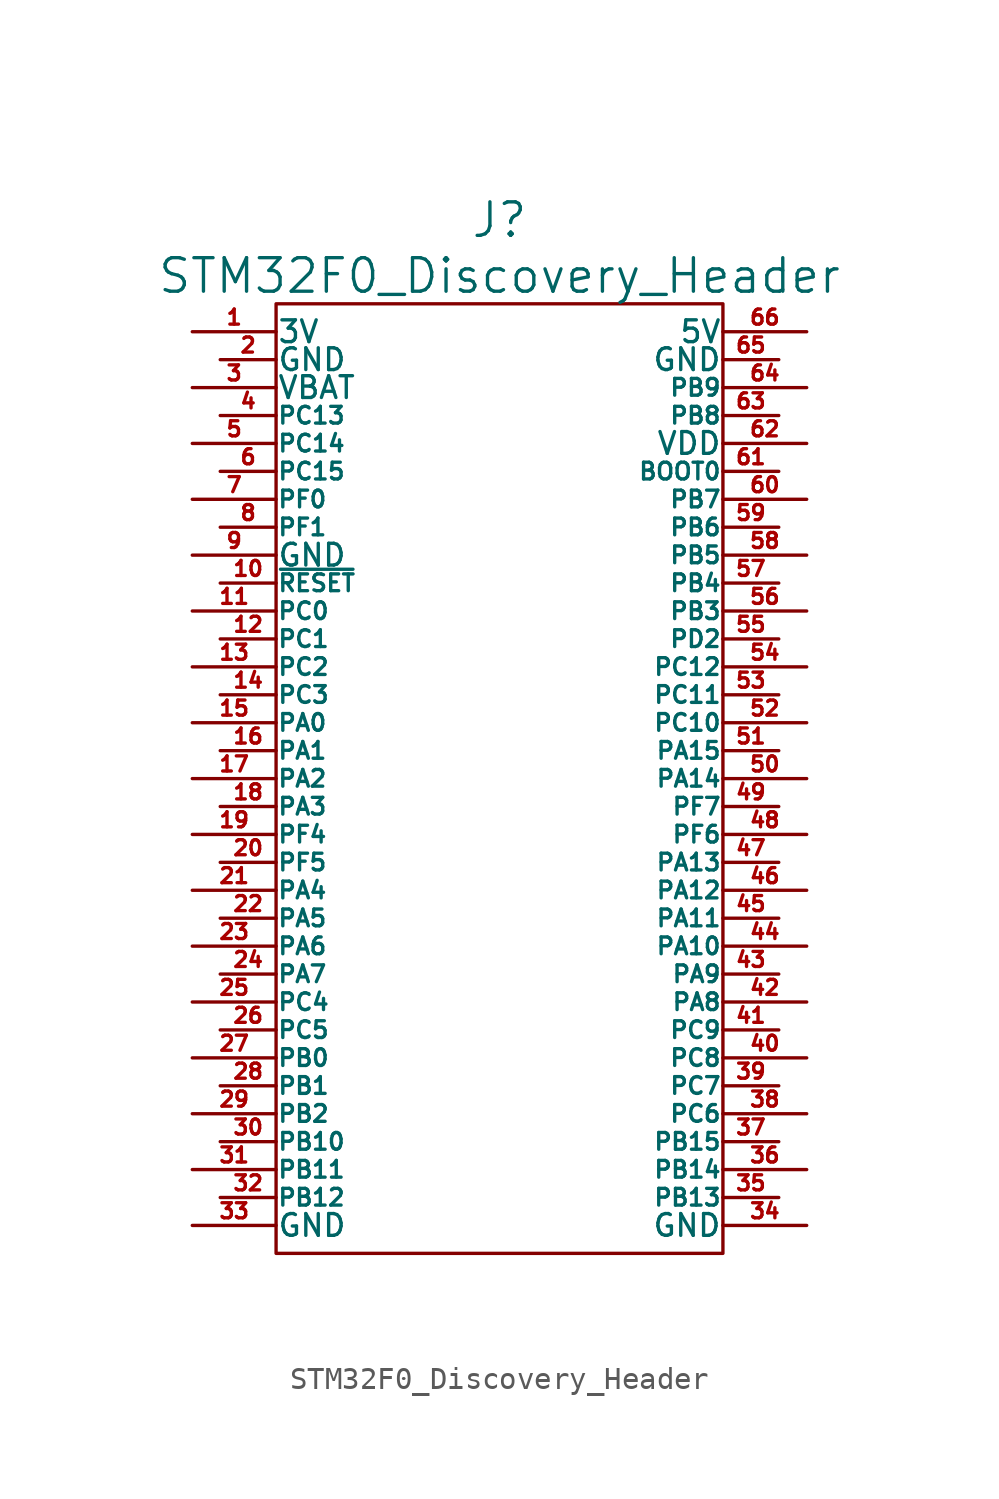
<source format=kicad_sym>
(kicad_symbol_lib
  (version 20220914)
  (generator kicad_symbol_editor)
  (symbol "STM32F0_Discovery_Header"
    (pin_names
      (offset 0.025))
    (property "Reference" "J"
      (at 0 25.4 0)
      (effects (font (size 1.524 1.524))))
    (property "Value" "STM32F0_Discovery_Header"
      (at 0 22.86 0)
      (effects (font (size 1.524 1.524))))
    (property "Footprint" ""
      (at 0 -2.54 0)
      (effects (font (size 1.524 1.524))))
    (property "Datasheet" ""
      (at 0 0 0)
      (effects (font (size 1.524 1.524))))
    (symbol "STM32F0_Discovery_Header_0_1"
      (rectangle (start -10.16 21.59) (end 10.16 -21.59) (stroke (width 0) (type solid)) (fill (type none))))
    (symbol "STM32F0_Discovery_Header_1_1"
      (pin passive line (at -13.97 20.32 0) (length 3.81) (name "3V" (effects (font (size 0.991 0.991)))) (number "1" (effects (font (size 0.686 0.686)))))
      (pin passive line (at -12.7 8.89 0) (length 2.54) (name "~{RESET}" (effects (font (size 0.762 0.762)))) (number "10" (effects (font (size 0.686 0.686)))))
      (pin passive line (at -13.97 7.62 0) (length 3.81) (name "PC0" (effects (font (size 0.762 0.762)))) (number "11" (effects (font (size 0.686 0.686)))))
      (pin passive line (at -12.7 6.35 0) (length 2.54) (name "PC1" (effects (font (size 0.762 0.762)))) (number "12" (effects (font (size 0.686 0.686)))))
      (pin passive line (at -13.97 5.08 0) (length 3.81) (name "PC2" (effects (font (size 0.762 0.762)))) (number "13" (effects (font (size 0.686 0.686)))))
      (pin passive line (at -12.7 3.81 0) (length 2.54) (name "PC3" (effects (font (size 0.762 0.762)))) (number "14" (effects (font (size 0.686 0.686)))))
      (pin passive line (at -13.97 2.54 0) (length 3.81) (name "PA0" (effects (font (size 0.762 0.762)))) (number "15" (effects (font (size 0.686 0.686)))))
      (pin passive line (at -12.7 1.27 0) (length 2.54) (name "PA1" (effects (font (size 0.762 0.762)))) (number "16" (effects (font (size 0.686 0.686)))))
      (pin passive line (at -13.97 0 0) (length 3.81) (name "PA2" (effects (font (size 0.762 0.762)))) (number "17" (effects (font (size 0.686 0.686)))))
      (pin passive line (at -12.7 -1.27 0) (length 2.54) (name "PA3" (effects (font (size 0.762 0.762)))) (number "18" (effects (font (size 0.686 0.686)))))
      (pin passive line (at -13.97 -2.54 0) (length 3.81) (name "PF4" (effects (font (size 0.762 0.762)))) (number "19" (effects (font (size 0.686 0.686)))))
      (pin passive line (at -12.7 19.05 0) (length 2.54) (name "GND" (effects (font (size 0.991 0.991)))) (number "2" (effects (font (size 0.686 0.686)))))
      (pin passive line (at -12.7 -3.81 0) (length 2.54) (name "PF5" (effects (font (size 0.762 0.762)))) (number "20" (effects (font (size 0.686 0.686)))))
      (pin passive line (at -13.97 -5.08 0) (length 3.81) (name "PA4" (effects (font (size 0.762 0.762)))) (number "21" (effects (font (size 0.686 0.686)))))
      (pin passive line (at -12.7 -6.35 0) (length 2.54) (name "PA5" (effects (font (size 0.762 0.762)))) (number "22" (effects (font (size 0.686 0.686)))))
      (pin passive line (at -13.97 -7.62 0) (length 3.81) (name "PA6" (effects (font (size 0.762 0.762)))) (number "23" (effects (font (size 0.686 0.686)))))
      (pin passive line (at -12.7 -8.89 0) (length 2.54) (name "PA7" (effects (font (size 0.762 0.762)))) (number "24" (effects (font (size 0.686 0.686)))))
      (pin passive line (at -13.97 -10.16 0) (length 3.81) (name "PC4" (effects (font (size 0.762 0.762)))) (number "25" (effects (font (size 0.686 0.686)))))
      (pin passive line (at -12.7 -11.43 0) (length 2.54) (name "PC5" (effects (font (size 0.762 0.762)))) (number "26" (effects (font (size 0.686 0.686)))))
      (pin passive line (at -13.97 -12.7 0) (length 3.81) (name "PB0" (effects (font (size 0.762 0.762)))) (number "27" (effects (font (size 0.686 0.686)))))
      (pin passive line (at -12.7 -13.97 0) (length 2.54) (name "PB1" (effects (font (size 0.762 0.762)))) (number "28" (effects (font (size 0.686 0.686)))))
      (pin passive line (at -13.97 -15.24 0) (length 3.81) (name "PB2" (effects (font (size 0.762 0.762)))) (number "29" (effects (font (size 0.686 0.686)))))
      (pin passive line (at -13.97 17.78 0) (length 3.81) (name "VBAT" (effects (font (size 0.991 0.991)))) (number "3" (effects (font (size 0.686 0.686)))))
      (pin passive line (at -12.7 -16.51 0) (length 2.54) (name "PB10" (effects (font (size 0.762 0.762)))) (number "30" (effects (font (size 0.686 0.686)))))
      (pin passive line (at -13.97 -17.78 0) (length 3.81) (name "PB11" (effects (font (size 0.762 0.762)))) (number "31" (effects (font (size 0.686 0.686)))))
      (pin passive line (at -12.7 -19.05 0) (length 2.54) (name "PB12" (effects (font (size 0.762 0.762)))) (number "32" (effects (font (size 0.686 0.686)))))
      (pin passive line (at -13.97 -20.32 0) (length 3.81) (name "GND" (effects (font (size 0.991 0.991)))) (number "33" (effects (font (size 0.686 0.686)))))
      (pin passive line (at 13.97 -20.32 180) (length 3.81) (name "GND" (effects (font (size 0.991 0.991)))) (number "34" (effects (font (size 0.686 0.686)))))
      (pin passive line (at 12.7 -19.05 180) (length 2.54) (name "PB13" (effects (font (size 0.762 0.762)))) (number "35" (effects (font (size 0.686 0.686)))))
      (pin passive line (at 13.97 -17.78 180) (length 3.81) (name "PB14" (effects (font (size 0.762 0.762)))) (number "36" (effects (font (size 0.686 0.686)))))
      (pin passive line (at 12.7 -16.51 180) (length 2.54) (name "PB15" (effects (font (size 0.762 0.762)))) (number "37" (effects (font (size 0.686 0.686)))))
      (pin passive line (at 13.97 -15.24 180) (length 3.81) (name "PC6" (effects (font (size 0.762 0.762)))) (number "38" (effects (font (size 0.686 0.686)))))
      (pin passive line (at 12.7 -13.97 180) (length 2.54) (name "PC7" (effects (font (size 0.762 0.762)))) (number "39" (effects (font (size 0.686 0.686)))))
      (pin passive line (at -12.7 16.51 0) (length 2.54) (name "PC13" (effects (font (size 0.762 0.762)))) (number "4" (effects (font (size 0.686 0.686)))))
      (pin passive line (at 13.97 -12.7 180) (length 3.81) (name "PC8" (effects (font (size 0.762 0.762)))) (number "40" (effects (font (size 0.686 0.686)))))
      (pin passive line (at 12.7 -11.43 180) (length 2.54) (name "PC9" (effects (font (size 0.762 0.762)))) (number "41" (effects (font (size 0.686 0.686)))))
      (pin passive line (at 13.97 -10.16 180) (length 3.81) (name "PA8" (effects (font (size 0.762 0.762)))) (number "42" (effects (font (size 0.686 0.686)))))
      (pin passive line (at 12.7 -8.89 180) (length 2.54) (name "PA9" (effects (font (size 0.762 0.762)))) (number "43" (effects (font (size 0.686 0.686)))))
      (pin passive line (at 13.97 -7.62 180) (length 3.81) (name "PA10" (effects (font (size 0.762 0.762)))) (number "44" (effects (font (size 0.686 0.686)))))
      (pin passive line (at 12.7 -6.35 180) (length 2.54) (name "PA11" (effects (font (size 0.762 0.762)))) (number "45" (effects (font (size 0.686 0.686)))))
      (pin passive line (at 13.97 -5.08 180) (length 3.81) (name "PA12" (effects (font (size 0.762 0.762)))) (number "46" (effects (font (size 0.686 0.686)))))
      (pin passive line (at 12.7 -3.81 180) (length 2.54) (name "PA13" (effects (font (size 0.762 0.762)))) (number "47" (effects (font (size 0.686 0.686)))))
      (pin passive line (at 13.97 -2.54 180) (length 3.81) (name "PF6" (effects (font (size 0.762 0.762)))) (number "48" (effects (font (size 0.686 0.686)))))
      (pin passive line (at 12.7 -1.27 180) (length 2.54) (name "PF7" (effects (font (size 0.762 0.762)))) (number "49" (effects (font (size 0.686 0.686)))))
      (pin passive line (at -13.97 15.24 0) (length 3.81) (name "PC14" (effects (font (size 0.762 0.762)))) (number "5" (effects (font (size 0.686 0.686)))))
      (pin passive line (at 13.97 0 180) (length 3.81) (name "PA14" (effects (font (size 0.762 0.762)))) (number "50" (effects (font (size 0.686 0.686)))))
      (pin passive line (at 12.7 1.27 180) (length 2.54) (name "PA15" (effects (font (size 0.762 0.762)))) (number "51" (effects (font (size 0.686 0.686)))))
      (pin passive line (at 13.97 2.54 180) (length 3.81) (name "PC10" (effects (font (size 0.762 0.762)))) (number "52" (effects (font (size 0.686 0.686)))))
      (pin passive line (at 12.7 3.81 180) (length 2.54) (name "PC11" (effects (font (size 0.762 0.762)))) (number "53" (effects (font (size 0.686 0.686)))))
      (pin passive line (at 13.97 5.08 180) (length 3.81) (name "PC12" (effects (font (size 0.762 0.762)))) (number "54" (effects (font (size 0.686 0.686)))))
      (pin passive line (at 12.7 6.35 180) (length 2.54) (name "PD2" (effects (font (size 0.762 0.762)))) (number "55" (effects (font (size 0.686 0.686)))))
      (pin passive line (at 13.97 7.62 180) (length 3.81) (name "PB3" (effects (font (size 0.762 0.762)))) (number "56" (effects (font (size 0.686 0.686)))))
      (pin passive line (at 12.7 8.89 180) (length 2.54) (name "PB4" (effects (font (size 0.762 0.762)))) (number "57" (effects (font (size 0.686 0.686)))))
      (pin passive line (at 13.97 10.16 180) (length 3.81) (name "PB5" (effects (font (size 0.762 0.762)))) (number "58" (effects (font (size 0.686 0.686)))))
      (pin passive line (at 12.7 11.43 180) (length 2.54) (name "PB6" (effects (font (size 0.762 0.762)))) (number "59" (effects (font (size 0.686 0.686)))))
      (pin passive line (at -12.7 13.97 0) (length 2.54) (name "PC15" (effects (font (size 0.762 0.762)))) (number "6" (effects (font (size 0.686 0.686)))))
      (pin passive line (at 13.97 12.7 180) (length 3.81) (name "PB7" (effects (font (size 0.762 0.762)))) (number "60" (effects (font (size 0.686 0.686)))))
      (pin passive line (at 12.7 13.97 180) (length 2.54) (name "BOOT0" (effects (font (size 0.762 0.762)))) (number "61" (effects (font (size 0.686 0.686)))))
      (pin passive line (at 13.97 15.24 180) (length 3.81) (name "VDD" (effects (font (size 0.991 0.991)))) (number "62" (effects (font (size 0.686 0.686)))))
      (pin passive line (at 12.7 16.51 180) (length 2.54) (name "PB8" (effects (font (size 0.762 0.762)))) (number "63" (effects (font (size 0.686 0.686)))))
      (pin passive line (at 13.97 17.78 180) (length 3.81) (name "PB9" (effects (font (size 0.762 0.762)))) (number "64" (effects (font (size 0.686 0.686)))))
      (pin passive line (at 12.7 19.05 180) (length 2.54) (name "GND" (effects (font (size 0.991 0.991)))) (number "65" (effects (font (size 0.686 0.686)))))
      (pin passive line (at 13.97 20.32 180) (length 3.81) (name "5V" (effects (font (size 0.991 0.991)))) (number "66" (effects (font (size 0.686 0.686)))))
      (pin passive line (at -13.97 12.7 0) (length 3.81) (name "PF0" (effects (font (size 0.762 0.762)))) (number "7" (effects (font (size 0.686 0.686)))))
      (pin passive line (at -12.7 11.43 0) (length 2.54) (name "PF1" (effects (font (size 0.762 0.762)))) (number "8" (effects (font (size 0.686 0.686)))))
      (pin passive line (at -13.97 10.16 0) (length 3.81) (name "GND" (effects (font (size 0.991 0.991)))) (number "9" (effects (font (size 0.686 0.686))))))))
</source>
